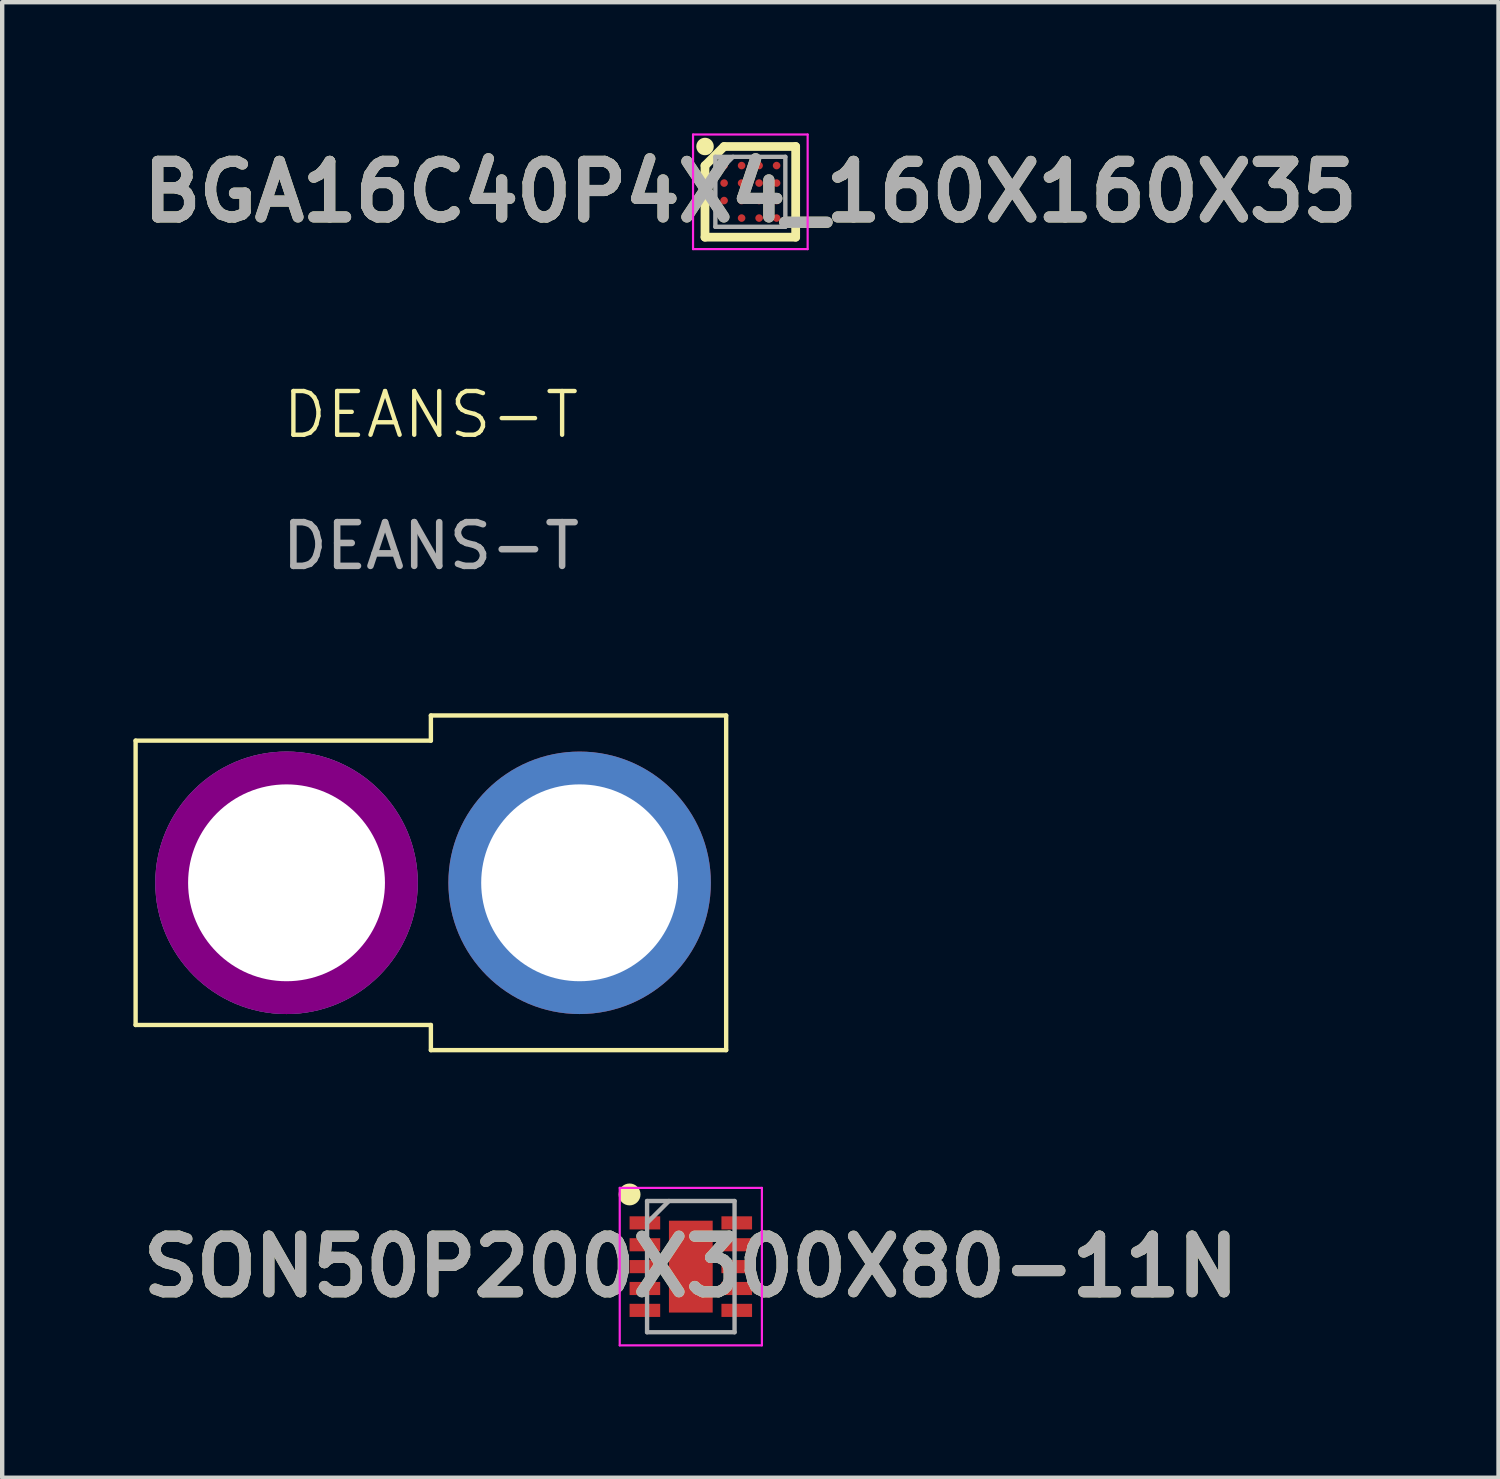
<source format=kicad_pcb>
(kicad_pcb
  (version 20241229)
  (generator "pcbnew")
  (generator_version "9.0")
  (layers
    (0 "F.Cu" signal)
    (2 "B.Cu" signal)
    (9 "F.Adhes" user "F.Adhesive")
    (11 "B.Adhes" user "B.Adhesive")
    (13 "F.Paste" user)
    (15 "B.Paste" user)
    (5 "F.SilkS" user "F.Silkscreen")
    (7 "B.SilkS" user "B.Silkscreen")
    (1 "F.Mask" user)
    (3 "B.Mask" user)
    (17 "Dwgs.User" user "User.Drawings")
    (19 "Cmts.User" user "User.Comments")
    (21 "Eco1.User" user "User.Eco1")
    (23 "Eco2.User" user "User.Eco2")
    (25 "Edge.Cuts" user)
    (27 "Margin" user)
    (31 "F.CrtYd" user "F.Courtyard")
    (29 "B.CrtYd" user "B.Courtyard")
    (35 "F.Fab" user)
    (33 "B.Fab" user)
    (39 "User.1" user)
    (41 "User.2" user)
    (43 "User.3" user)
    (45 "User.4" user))
  (footprint "BGA16C40P4X4_160X160X35"
    (layer "F.Cu")
    (at 14.103 1.335)
    (property "Reference" "BGA16C40P4X4_160X160X35" (at 0 0 0) (layer "F.SilkS") (effects (font (size 1.27 1.27) (thickness 0.254))))
    (attr smd)
    (fp_line (start -1.037 -0.599) (end -0.601 -1.035) (stroke (width 0.2) (type solid)) (layer "F.SilkS"))
    (fp_line (start -1.037 1.037) (end -1.037 -0.599) (stroke (width 0.2) (type solid)) (layer "F.SilkS"))
    (fp_line (start -0.6 -1.036) (end 1.036 -1.036) (stroke (width 0.2) (type solid)) (layer "F.SilkS"))
    (fp_line (start 1.036 -1.036) (end 1.036 1.037) (stroke (width 0.2) (type solid)) (layer "F.SilkS"))
    (fp_line (start 1.036 1.037) (end -1.037 1.037) (stroke (width 0.2) (type solid)) (layer "F.SilkS"))
    (fp_circle (center -1.036 -1.036) (end -1.036 -0.936) (stroke (width 0.2) (type solid)) (fill no) (layer "F.SilkS"))
    (fp_line (start -1.31 -1.31) (end 1.31 -1.31) (stroke (width 0.05) (type solid)) (layer "F.CrtYd"))
    (fp_line (start -1.31 1.31) (end -1.31 -1.31) (stroke (width 0.05) (type solid)) (layer "F.CrtYd"))
    (fp_line (start 1.31 -1.31) (end 1.31 1.31) (stroke (width 0.05) (type solid)) (layer "F.CrtYd"))
    (fp_line (start 1.31 1.31) (end -1.31 1.31) (stroke (width 0.05) (type solid)) (layer "F.CrtYd"))
    (fp_line (start -0.8 -0.8) (end 0.8 -0.8) (stroke (width 0.1) (type solid)) (layer "F.Fab"))
    (fp_line (start -0.8 -0.395) (end -0.395 -0.8) (stroke (width 0.1) (type solid)) (layer "F.Fab"))
    (fp_line (start -0.8 0.8) (end -0.8 -0.8) (stroke (width 0.1) (type solid)) (layer "F.Fab"))
    (fp_line (start 0.8 -0.8) (end 0.8 0.8) (stroke (width 0.1) (type solid)) (layer "F.Fab"))
    (fp_line (start 0.8 0.8) (end -0.8 0.8) (stroke (width 0.1) (type solid)) (layer "F.Fab"))
    (fp_text user "${REFERENCE}" (at 0 0 0) (layer "F.Fab") (effects (font (size 1.27 1.27) (thickness 0.254))))
    (pad "A1" smd circle (at -0.6 -0.6 90) (size 0.173 0.173) (layers "F.Cu" "F.Mask" "F.Paste"))
    (pad "A2" smd circle (at -0.2 -0.6 90) (size 0.173 0.173) (layers "F.Cu" "F.Mask" "F.Paste"))
    (pad "A3" smd circle (at 0.2 -0.6 90) (size 0.173 0.173) (layers "F.Cu" "F.Mask" "F.Paste"))
    (pad "A4" smd circle (at 0.6 -0.6 90) (size 0.173 0.173) (layers "F.Cu" "F.Mask" "F.Paste"))
    (pad "B1" smd circle (at -0.6 -0.2 90) (size 0.173 0.173) (layers "F.Cu" "F.Mask" "F.Paste"))
    (pad "B2" smd circle (at -0.2 -0.2 90) (size 0.173 0.173) (layers "F.Cu" "F.Mask" "F.Paste"))
    (pad "B3" smd circle (at 0.2 -0.2 90) (size 0.173 0.173) (layers "F.Cu" "F.Mask" "F.Paste"))
    (pad "B4" smd circle (at 0.6 -0.2 90) (size 0.173 0.173) (layers "F.Cu" "F.Mask" "F.Paste"))
    (pad "C1" smd circle (at -0.6 0.2 90) (size 0.173 0.173) (layers "F.Cu" "F.Mask" "F.Paste"))
    (pad "C2" smd circle (at -0.2 0.2 90) (size 0.173 0.173) (layers "F.Cu" "F.Mask" "F.Paste"))
    (pad "C3" smd circle (at 0.2 0.2 90) (size 0.173 0.173) (layers "F.Cu" "F.Mask" "F.Paste"))
    (pad "C4" smd circle (at 0.6 0.2 90) (size 0.173 0.173) (layers "F.Cu" "F.Mask" "F.Paste"))
    (pad "D1" smd circle (at -0.6 0.6 90) (size 0.173 0.173) (layers "F.Cu" "F.Mask" "F.Paste"))
    (pad "D2" smd circle (at -0.2 0.6 90) (size 0.173 0.173) (layers "F.Cu" "F.Mask" "F.Paste"))
    (pad "D3" smd circle (at 0.2 0.6 90) (size 0.173 0.173) (layers "F.Cu" "F.Mask" "F.Paste"))
    (pad "D4" smd circle (at 0.6 0.6 90) (size 0.173 0.173) (layers "F.Cu" "F.Mask" "F.Paste")))
  (footprint "SON50P200X300X80-11N"
    (layer "F.Cu")
    (at 12.742 25.905)
    (property "Reference" "SON50P200X300X80-11N" (at 0 0 0) (layer "F.SilkS") (effects (font (size 1.27 1.27) (thickness 0.254))))
    (attr smd)
    (fp_circle (center -1.4 -1.65) (end -1.4 -1.525) (stroke (width 0.25) (type solid)) (fill no) (layer "F.SilkS"))
    (fp_line (start -1.625 -1.8) (end 1.625 -1.8) (stroke (width 0.05) (type solid)) (layer "F.CrtYd"))
    (fp_line (start -1.625 1.8) (end -1.625 -1.8) (stroke (width 0.05) (type solid)) (layer "F.CrtYd"))
    (fp_line (start 1.625 -1.8) (end 1.625 1.8) (stroke (width 0.05) (type solid)) (layer "F.CrtYd"))
    (fp_line (start 1.625 1.8) (end -1.625 1.8) (stroke (width 0.05) (type solid)) (layer "F.CrtYd"))
    (fp_line (start -1 -1.5) (end 1 -1.5) (stroke (width 0.1) (type solid)) (layer "F.Fab"))
    (fp_line (start -1 -1) (end -0.5 -1.5) (stroke (width 0.1) (type solid)) (layer "F.Fab"))
    (fp_line (start -1 1.5) (end -1 -1.5) (stroke (width 0.1) (type solid)) (layer "F.Fab"))
    (fp_line (start 1 -1.5) (end 1 1.5) (stroke (width 0.1) (type solid)) (layer "F.Fab"))
    (fp_line (start 1 1.5) (end -1 1.5) (stroke (width 0.1) (type solid)) (layer "F.Fab"))
    (fp_text user "${REFERENCE}" (at 0 0 0) (layer "F.Fab") (effects (font (size 1.27 1.27) (thickness 0.254))))
    (pad "1" smd rect (at -1.05 -1 90) (size 0.3 0.7) (layers "F.Cu" "F.Mask" "F.Paste"))
    (pad "2" smd rect (at -1.05 -0.5 90) (size 0.3 0.7) (layers "F.Cu" "F.Mask" "F.Paste"))
    (pad "3" smd rect (at -1.05 0 90) (size 0.3 0.7) (layers "F.Cu" "F.Mask" "F.Paste"))
    (pad "4" smd rect (at -1.05 0.5 90) (size 0.3 0.7) (layers "F.Cu" "F.Mask" "F.Paste"))
    (pad "5" smd rect (at -1.05 1 90) (size 0.3 0.7) (layers "F.Cu" "F.Mask" "F.Paste"))
    (pad "6" smd rect (at 1.05 1 90) (size 0.3 0.7) (layers "F.Cu" "F.Mask" "F.Paste"))
    (pad "7" smd rect (at 1.05 0.5 90) (size 0.3 0.7) (layers "F.Cu" "F.Mask" "F.Paste"))
    (pad "8" smd rect (at 1.05 0 90) (size 0.3 0.7) (layers "F.Cu" "F.Mask" "F.Paste"))
    (pad "9" smd rect (at 1.05 -0.5 90) (size 0.3 0.7) (layers "F.Cu" "F.Mask" "F.Paste"))
    (pad "10" smd rect (at 1.05 -1 90) (size 0.3 0.7) (layers "F.Cu" "F.Mask" "F.Paste"))
    (pad "11" smd rect (at 0 0) (size 1 2.1) (layers "F.Cu" "F.Mask" "F.Paste")))
  (footprint "DEANS-T"
    (layer "F.Cu")
    (at 6.8 17.131)
    (property "Reference" "DEANS-T" (at 0 -10.7 0) (unlocked yes) (layer "F.SilkS") (effects (font (size 1 1) (thickness 0.1))))
    (attr through_hole)
    (fp_line (start -6.75 -3.25) (end 0 -3.25) (stroke (width 0.1) (type default)) (layer "F.SilkS"))
    (fp_line (start -6.75 3.25) (end 0 3.25) (stroke (width 0.1) (type default)) (layer "F.SilkS"))
    (fp_line (start -6.75 -3.25) (end -6.75 3.25) (stroke (width 0.1) (type default)) (layer "F.SilkS"))
    (fp_line (start 0 -3.25) (end 0 -3.825) (stroke (width 0.1) (type default)) (layer "F.SilkS"))
    (fp_line (start 0 3.825) (end 0 3.25) (stroke (width 0.1) (type default)) (layer "F.SilkS"))
    (fp_line (start 0 3.825) (end 6.75 3.825) (stroke (width 0.1) (type default)) (layer "F.SilkS"))
    (fp_line (start 6.75 -3.825) (end 0 -3.825) (stroke (width 0.1) (type default)) (layer "F.SilkS"))
    (fp_line (start 6.75 -3.825) (end 6.75 3.825) (stroke (width 0.1) (type default)) (layer "F.SilkS"))
    (fp_text user "${REFERENCE}" (at 0 -7.7 0) (unlocked yes) (layer "F.Fab") (effects (font (size 1 1) (thickness 0.15))))
    (pad "1" thru_hole circle (at -3.3 0) (size 6 6) (drill 4.5) (layers "*.Cu" "*.Mask" "F.Adhes"))
    (pad "2" thru_hole circle (at 3.4 0) (size 6 6) (drill 4.5) (layers "*.Cu" "*.Mask")))
  (gr_rect
    (start -3 -3)
    (end 31.206 30.73)
    (stroke (width 0.1) (type default))
    (fill no)
    (layer "Edge.Cuts")))
</source>
